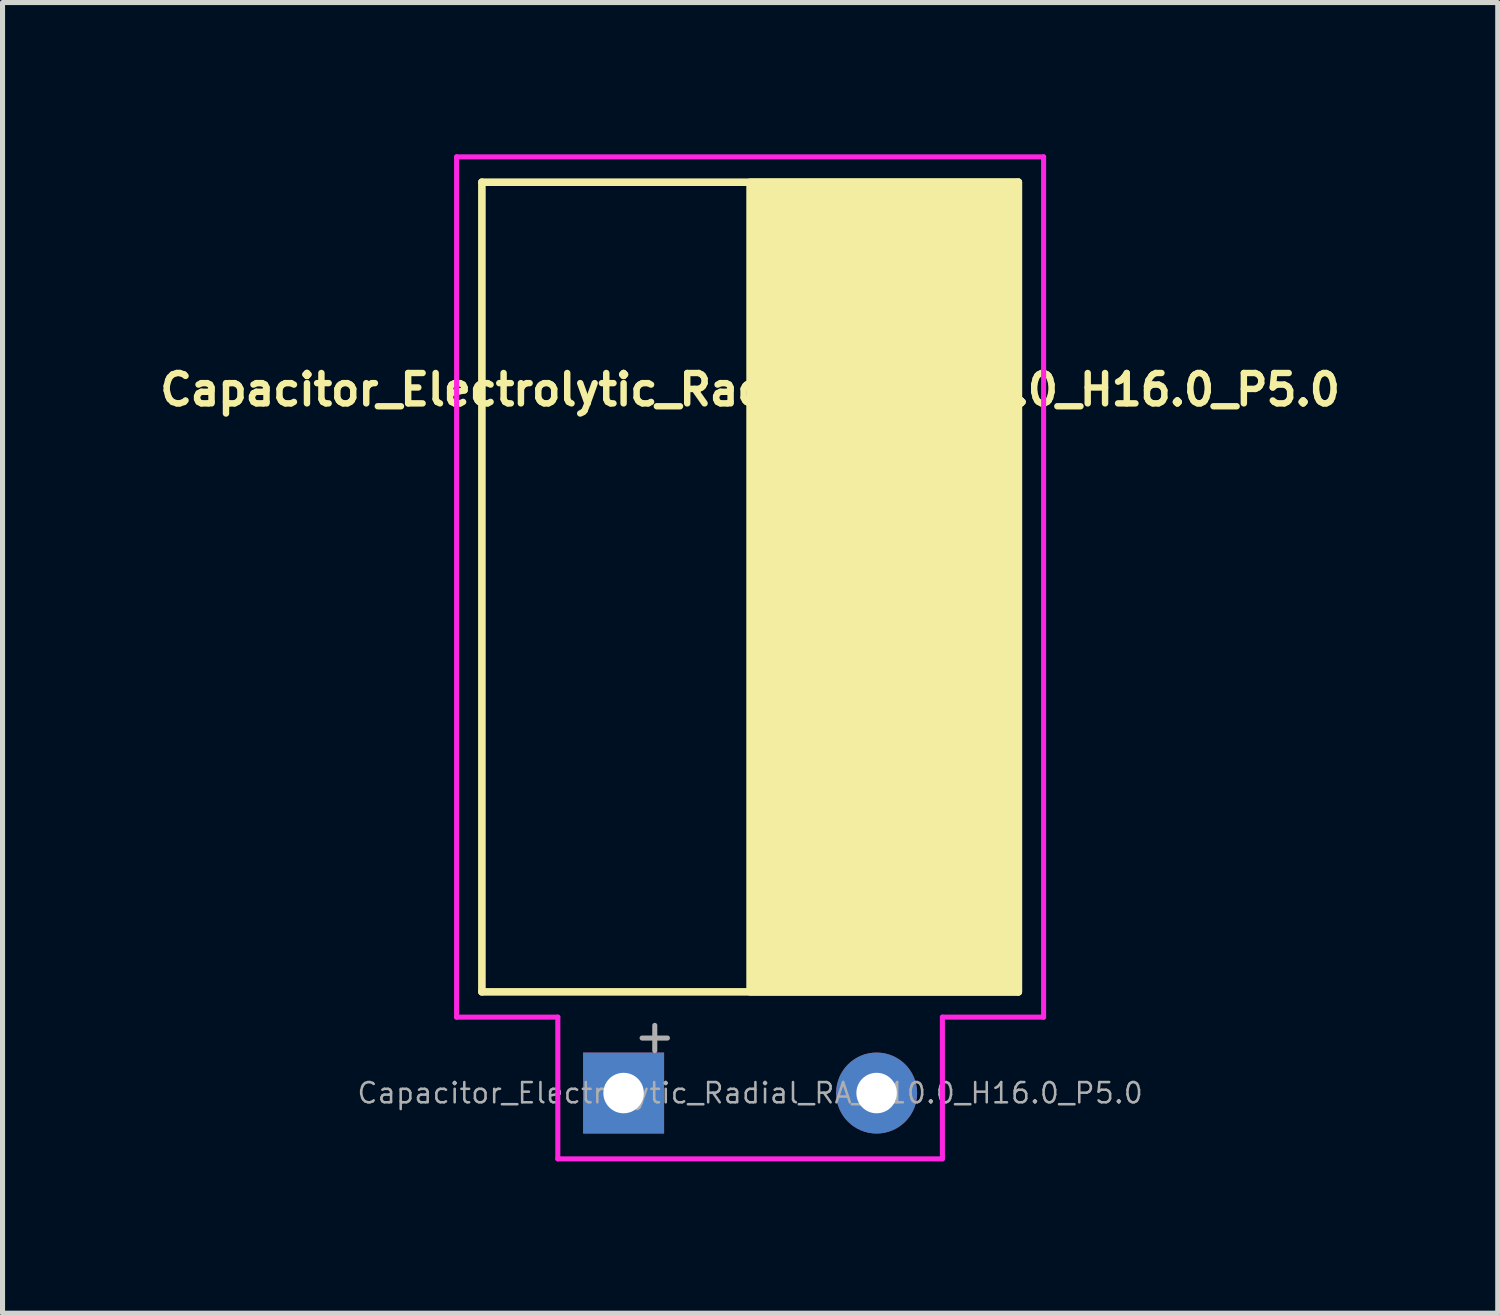
<source format=kicad_pcb>
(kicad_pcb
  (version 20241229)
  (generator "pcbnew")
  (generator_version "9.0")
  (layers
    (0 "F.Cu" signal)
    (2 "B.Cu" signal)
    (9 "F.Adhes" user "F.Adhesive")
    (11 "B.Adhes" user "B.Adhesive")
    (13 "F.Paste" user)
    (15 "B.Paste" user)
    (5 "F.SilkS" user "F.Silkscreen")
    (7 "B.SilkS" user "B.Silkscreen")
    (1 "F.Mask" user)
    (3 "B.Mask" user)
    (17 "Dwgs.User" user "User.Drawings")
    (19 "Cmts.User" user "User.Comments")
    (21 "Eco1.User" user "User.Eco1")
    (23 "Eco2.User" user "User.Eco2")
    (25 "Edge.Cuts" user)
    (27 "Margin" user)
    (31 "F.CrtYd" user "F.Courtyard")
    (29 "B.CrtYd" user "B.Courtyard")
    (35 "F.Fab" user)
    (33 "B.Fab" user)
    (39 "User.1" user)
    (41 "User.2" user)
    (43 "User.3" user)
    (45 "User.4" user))
  (footprint "Capacitor_Electrolytic_Radial_RA_D10.0_H16.0_P5.0"
    (layer "F.Cu")
    (at 11.773 18.55)
    (property "Reference" "Capacitor_Electrolytic_Radial_RA_D10.0_H16.0_P5.0" (at 0 -13.9 0) (layer "F.SilkS") (effects (font (size 0.6 0.6) (thickness 0.127))))
    (attr through_hole)
    (fp_line (start -5.3 -18) (end 5.3 -18) (stroke (width 0.15) (type solid)) (layer "F.SilkS"))
    (fp_line (start -5.3 -2) (end -5.3 -18) (stroke (width 0.15) (type solid)) (layer "F.SilkS"))
    (fp_line (start 5.3 -2) (end -5.3 -2) (stroke (width 0.15) (type solid)) (layer "F.SilkS"))
    (fp_line (start 5.3 -2) (end 5.3 -18) (stroke (width 0.15) (type solid)) (layer "F.SilkS"))
    (fp_poly (pts (xy 0 -18) (xy 0 -2) (xy 5.3 -2) (xy 5.3 -18)) (stroke (width 0.15) (type solid)) (fill yes) (layer "F.SilkS"))
    (fp_line (start -5.8 -18.5) (end -5.8 -1.5) (stroke (width 0.1) (type solid)) (layer "F.CrtYd"))
    (fp_line (start -3.8 -1.5) (end -5.8 -1.5) (stroke (width 0.1) (type solid)) (layer "F.CrtYd"))
    (fp_line (start -3.8 1.3) (end -3.8 -1.5) (stroke (width 0.1) (type solid)) (layer "F.CrtYd"))
    (fp_line (start -3.8 1.3) (end 3.8 1.3) (stroke (width 0.1) (type solid)) (layer "F.CrtYd"))
    (fp_line (start 3.8 -1.5) (end 5.8 -1.5) (stroke (width 0.1) (type solid)) (layer "F.CrtYd"))
    (fp_line (start 3.8 1.3) (end 3.8 -1.5) (stroke (width 0.1) (type solid)) (layer "F.CrtYd"))
    (fp_line (start 5.8 -18.5) (end -5.8 -18.5) (stroke (width 0.1) (type solid)) (layer "F.CrtYd"))
    (fp_line (start 5.8 -1.5) (end 5.8 -18.5) (stroke (width 0.1) (type solid)) (layer "F.CrtYd"))
    (fp_line (start -2.134 -1.087) (end -1.634 -1.087) (stroke (width 0.1) (type solid)) (layer "F.Fab"))
    (fp_line (start -1.884 -1.337) (end -1.884 -0.838) (stroke (width 0.1) (type solid)) (layer "F.Fab"))
    (fp_text user "${REFERENCE}" (at 0 0 0) (layer "F.Fab") (effects (font (size 0.4 0.4) (thickness 0.05))))
    (pad "1" thru_hole rect (at -2.5 0) (size 1.6 1.6) (drill 0.8) (layers "*.Cu" "*.Mask"))
    (pad "2" thru_hole circle (at 2.5 0) (size 1.6 1.6) (drill 0.8) (layers "*.Cu" "*.Mask")))
  (gr_rect
    (start -3 -3)
    (end 26.547 22.9)
    (stroke (width 0.1) (type default))
    (fill no)
    (layer "Edge.Cuts")))
</source>
